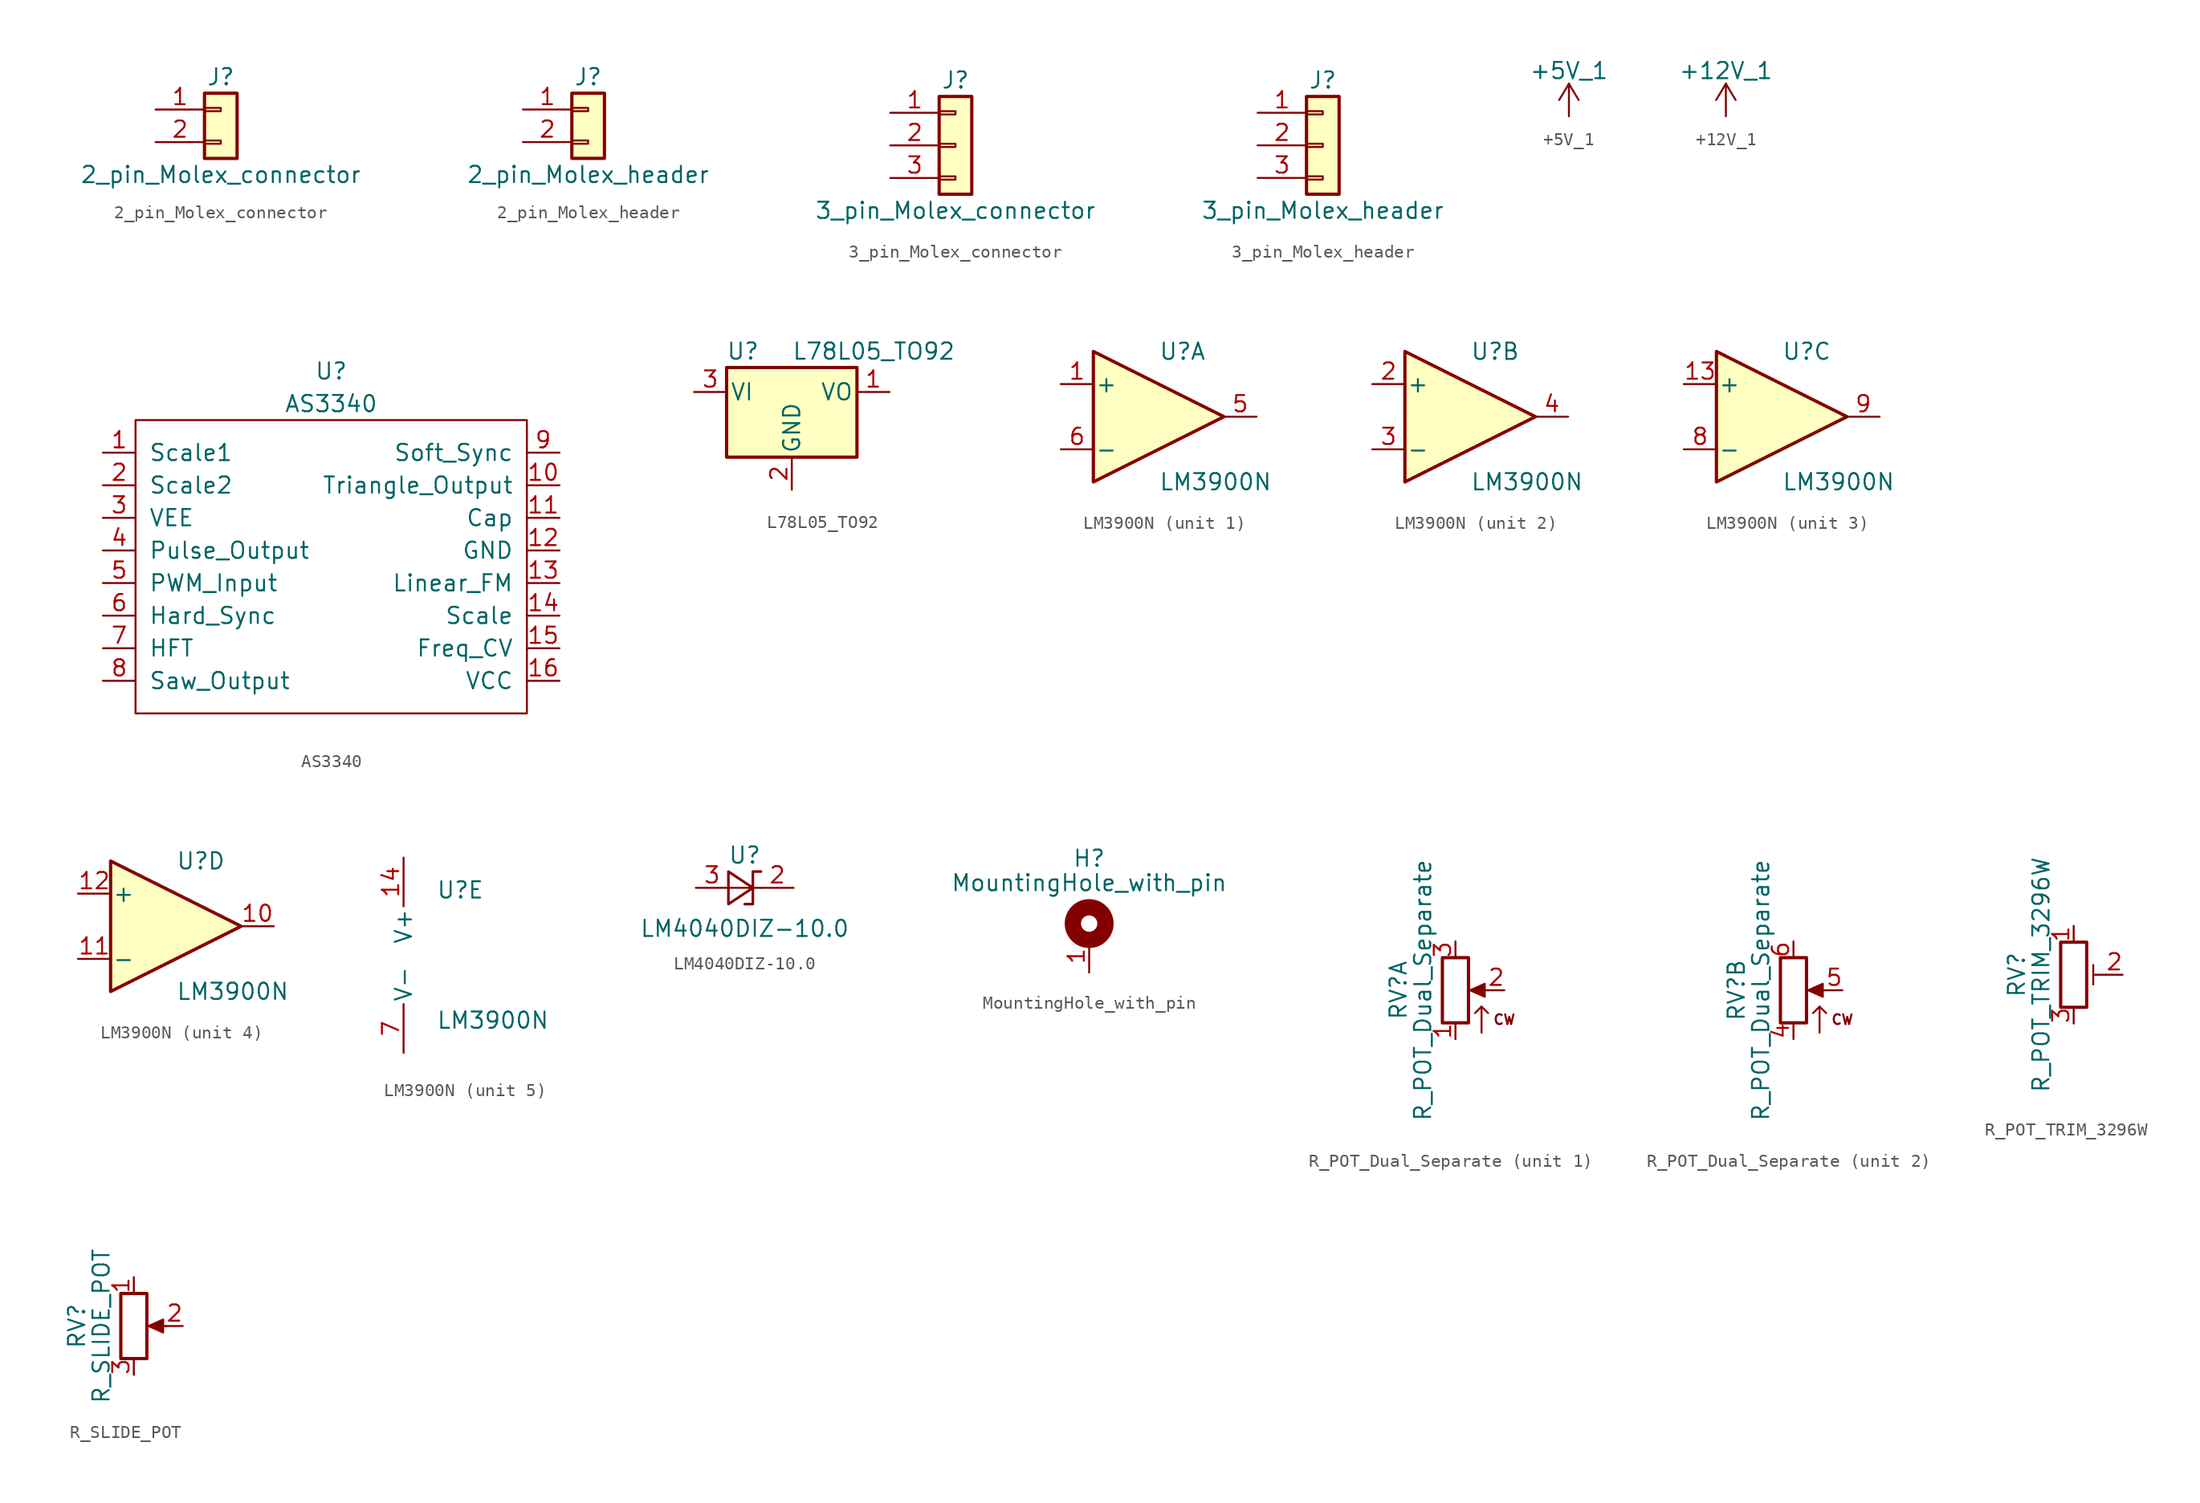
<source format=kicad_sym>
(kicad_symbol_lib
  (version 20211014)
  (generator kicad_symbol_editor)
  (symbol "2_pin_Molex_connector"
    (pin_names
      (offset 1.016) hide)
    (property "Reference" "J"
      (at 0 2.54 0)
      (effects (font (size 1.27 1.27))))
    (property "Value" "2_pin_Molex_connector"
      (at 0 -5.08 0)
      (effects (font (size 1.27 1.27))))
    (symbol "2_pin_Molex_connector_1_1"
      (rectangle (start -1.27 -2.413) (end 0 -2.667) (stroke (width 0.152) (type default) (color 0 0 0 0)) (fill (type none)))
      (rectangle (start -1.27 0.127) (end 0 -0.127) (stroke (width 0.152) (type default) (color 0 0 0 0)) (fill (type none)))
      (rectangle (start -1.27 1.27) (end 1.27 -3.81) (stroke (width 0.254) (type default) (color 0 0 0 0)) (fill (type background)))
      (pin passive line (at -5.08 0 0) (length 3.81) (name "Pin_1" (effects (font (size 1.27 1.27)))) (number "1" (effects (font (size 1.27 1.27)))))
      (pin passive line (at -5.08 -2.54 0) (length 3.81) (name "Pin_2" (effects (font (size 1.27 1.27)))) (number "2" (effects (font (size 1.27 1.27)))))))
  (symbol "2_pin_Molex_header"
    (pin_names
      (offset 1.016) hide)
    (property "Reference" "J"
      (at 0 2.54 0)
      (effects (font (size 1.27 1.27))))
    (property "Value" "2_pin_Molex_header"
      (at 0 -5.08 0)
      (effects (font (size 1.27 1.27))))
    (symbol "2_pin_Molex_header_1_1"
      (rectangle (start -1.27 -2.413) (end 0 -2.667) (stroke (width 0.152) (type default) (color 0 0 0 0)) (fill (type none)))
      (rectangle (start -1.27 0.127) (end 0 -0.127) (stroke (width 0.152) (type default) (color 0 0 0 0)) (fill (type none)))
      (rectangle (start -1.27 1.27) (end 1.27 -3.81) (stroke (width 0.254) (type default) (color 0 0 0 0)) (fill (type background)))
      (pin passive line (at -5.08 0 0) (length 3.81) (name "Pin_1" (effects (font (size 1.27 1.27)))) (number "1" (effects (font (size 1.27 1.27)))))
      (pin passive line (at -5.08 -2.54 0) (length 3.81) (name "Pin_2" (effects (font (size 1.27 1.27)))) (number "2" (effects (font (size 1.27 1.27)))))))
  (symbol "3_pin_Molex_connector"
    (pin_names
      (offset 1.016) hide)
    (property "Reference" "J"
      (at 0 5.08 0)
      (effects (font (size 1.27 1.27))))
    (property "Value" "3_pin_Molex_connector"
      (at 0 -5.08 0)
      (effects (font (size 1.27 1.27))))
    (symbol "3_pin_Molex_connector_1_1"
      (rectangle (start -1.27 -2.413) (end 0 -2.667) (stroke (width 0.152) (type default) (color 0 0 0 0)) (fill (type none)))
      (rectangle (start -1.27 0.127) (end 0 -0.127) (stroke (width 0.152) (type default) (color 0 0 0 0)) (fill (type none)))
      (rectangle (start -1.27 2.667) (end 0 2.413) (stroke (width 0.152) (type default) (color 0 0 0 0)) (fill (type none)))
      (rectangle (start -1.27 3.81) (end 1.27 -3.81) (stroke (width 0.254) (type default) (color 0 0 0 0)) (fill (type background)))
      (pin passive line (at -5.08 2.54 0) (length 3.81) (name "Pin_1" (effects (font (size 1.27 1.27)))) (number "1" (effects (font (size 1.27 1.27)))))
      (pin passive line (at -5.08 0 0) (length 3.81) (name "Pin_2" (effects (font (size 1.27 1.27)))) (number "2" (effects (font (size 1.27 1.27)))))
      (pin passive line (at -5.08 -2.54 0) (length 3.81) (name "Pin_3" (effects (font (size 1.27 1.27)))) (number "3" (effects (font (size 1.27 1.27)))))))
  (symbol "3_pin_Molex_header"
    (pin_names
      (offset 1.016) hide)
    (property "Reference" "J"
      (at 0 5.08 0)
      (effects (font (size 1.27 1.27))))
    (property "Value" "3_pin_Molex_header"
      (at 0 -5.08 0)
      (effects (font (size 1.27 1.27))))
    (symbol "3_pin_Molex_header_1_1"
      (rectangle (start -1.27 -2.413) (end 0 -2.667) (stroke (width 0.152) (type default) (color 0 0 0 0)) (fill (type none)))
      (rectangle (start -1.27 0.127) (end 0 -0.127) (stroke (width 0.152) (type default) (color 0 0 0 0)) (fill (type none)))
      (rectangle (start -1.27 2.667) (end 0 2.413) (stroke (width 0.152) (type default) (color 0 0 0 0)) (fill (type none)))
      (rectangle (start -1.27 3.81) (end 1.27 -3.81) (stroke (width 0.254) (type default) (color 0 0 0 0)) (fill (type background)))
      (pin passive line (at -5.08 2.54 0) (length 3.81) (name "Pin_1" (effects (font (size 1.27 1.27)))) (number "1" (effects (font (size 1.27 1.27)))))
      (pin passive line (at -5.08 0 0) (length 3.81) (name "Pin_2" (effects (font (size 1.27 1.27)))) (number "2" (effects (font (size 1.27 1.27)))))
      (pin passive line (at -5.08 -2.54 0) (length 3.81) (name "Pin_3" (effects (font (size 1.27 1.27)))) (number "3" (effects (font (size 1.27 1.27)))))))
  (symbol "+5V_1"
    (power)
    (pin_names
      (offset 0))
    (property "Reference" "#PWR"
      (at 0 -3.81 0)
      (effects (font (size 1.27 1.27)) hide))
    (property "Value" "+5V_1"
      (at 0 3.556 0)
      (effects (font (size 1.27 1.27))))
    (symbol "+5V_1_0_1"
      (polyline (pts (xy -0.762 1.27) (xy 0 2.54)) (stroke (width 0) (type default) (color 0 0 0 0)) (fill (type none)))
      (polyline (pts (xy 0 0) (xy 0 2.54)) (stroke (width 0) (type default) (color 0 0 0 0)) (fill (type none)))
      (polyline (pts (xy 0 2.54) (xy 0.762 1.27)) (stroke (width 0) (type default) (color 0 0 0 0)) (fill (type none))))
    (symbol "+5V_1_1_1"
      (pin power_in line (at 0 0 90) (length 0) hide (name "+5V_1" (effects (font (size 1.27 1.27)))) (number "1" (effects (font (size 1.27 1.27)))))))
  (symbol "+12V_1"
    (power)
    (pin_names
      (offset 0))
    (property "Reference" "#PWR"
      (at 0 -3.81 0)
      (effects (font (size 1.27 1.27)) hide))
    (property "Value" "+12V_1"
      (at 0 3.556 0)
      (effects (font (size 1.27 1.27))))
    (symbol "+12V_1_0_1"
      (polyline (pts (xy -0.762 1.27) (xy 0 2.54)) (stroke (width 0) (type default) (color 0 0 0 0)) (fill (type none)))
      (polyline (pts (xy 0 0) (xy 0 2.54)) (stroke (width 0) (type default) (color 0 0 0 0)) (fill (type none)))
      (polyline (pts (xy 0 2.54) (xy 0.762 1.27)) (stroke (width 0) (type default) (color 0 0 0 0)) (fill (type none))))
    (symbol "+12V_1_1_1"
      (pin power_in line (at 0 0 90) (length 0) hide (name "+12V_1" (effects (font (size 1.27 1.27)))) (number "1" (effects (font (size 1.27 1.27)))))))
  (symbol "AS3340"
    (pin_names
      (offset 1.016))
    (property "Reference" "U"
      (at 0 15.24 0)
      (effects (font (size 1.27 1.27))))
    (property "Value" "AS3340"
      (at 0 12.7 0)
      (effects (font (size 1.27 1.27))))
    (symbol "AS3340_0_1"
      (rectangle (start -15.24 11.43) (end 15.24 -11.43) (stroke (width 0) (type default) (color 0 0 0 0)) (fill (type none))))
    (symbol "AS3340_1_1"
      (pin passive line (at -17.78 8.89 0) (length 2.54) (name "Scale1" (effects (font (size 1.27 1.27)))) (number "1" (effects (font (size 1.27 1.27)))))
      (pin output line (at 17.78 6.35 180) (length 2.54) (name "Triangle_Output" (effects (font (size 1.27 1.27)))) (number "10" (effects (font (size 1.27 1.27)))))
      (pin passive line (at 17.78 3.81 180) (length 2.54) (name "Cap" (effects (font (size 1.27 1.27)))) (number "11" (effects (font (size 1.27 1.27)))))
      (pin power_in line (at 17.78 1.27 180) (length 2.54) (name "GND" (effects (font (size 1.27 1.27)))) (number "12" (effects (font (size 1.27 1.27)))))
      (pin input line (at 17.78 -1.27 180) (length 2.54) (name "Linear_FM" (effects (font (size 1.27 1.27)))) (number "13" (effects (font (size 1.27 1.27)))))
      (pin passive line (at 17.78 -3.81 180) (length 2.54) (name "Scale" (effects (font (size 1.27 1.27)))) (number "14" (effects (font (size 1.27 1.27)))))
      (pin input line (at 17.78 -6.35 180) (length 2.54) (name "Freq_CV" (effects (font (size 1.27 1.27)))) (number "15" (effects (font (size 1.27 1.27)))))
      (pin power_in line (at 17.78 -8.89 180) (length 2.54) (name "VCC" (effects (font (size 1.27 1.27)))) (number "16" (effects (font (size 1.27 1.27)))))
      (pin passive line (at -17.78 6.35 0) (length 2.54) (name "Scale2" (effects (font (size 1.27 1.27)))) (number "2" (effects (font (size 1.27 1.27)))))
      (pin power_in line (at -17.78 3.81 0) (length 2.54) (name "VEE" (effects (font (size 1.27 1.27)))) (number "3" (effects (font (size 1.27 1.27)))))
      (pin output line (at -17.78 1.27 0) (length 2.54) (name "Pulse_Output" (effects (font (size 1.27 1.27)))) (number "4" (effects (font (size 1.27 1.27)))))
      (pin input line (at -17.78 -1.27 0) (length 2.54) (name "PWM_Input" (effects (font (size 1.27 1.27)))) (number "5" (effects (font (size 1.27 1.27)))))
      (pin input line (at -17.78 -3.81 0) (length 2.54) (name "Hard_Sync" (effects (font (size 1.27 1.27)))) (number "6" (effects (font (size 1.27 1.27)))))
      (pin input line (at -17.78 -6.35 0) (length 2.54) (name "HFT" (effects (font (size 1.27 1.27)))) (number "7" (effects (font (size 1.27 1.27)))))
      (pin output line (at -17.78 -8.89 0) (length 2.54) (name "Saw_Output" (effects (font (size 1.27 1.27)))) (number "8" (effects (font (size 1.27 1.27)))))
      (pin input line (at 17.78 8.89 180) (length 2.54) (name "Soft_Sync" (effects (font (size 1.27 1.27)))) (number "9" (effects (font (size 1.27 1.27)))))))
  (symbol "L78L05_TO92"
    (pin_names
      (offset 0.254))
    (property "Reference" "U"
      (at -3.81 3.175 0)
      (effects (font (size 1.27 1.27))))
    (property "Value" "L78L05_TO92"
      (at 0 3.175 0)
      (effects (font (size 1.27 1.27)) (justify left)))
    (symbol "L78L05_TO92_0_1"
      (rectangle (start -5.08 -5.08) (end 5.08 1.905) (stroke (width 0.254) (type default) (color 0 0 0 0)) (fill (type background))))
    (symbol "L78L05_TO92_1_1"
      (pin power_out line (at 7.62 0 180) (length 2.54) (name "VO" (effects (font (size 1.27 1.27)))) (number "1" (effects (font (size 1.27 1.27)))))
      (pin power_in line (at 0 -7.62 90) (length 2.54) (name "GND" (effects (font (size 1.27 1.27)))) (number "2" (effects (font (size 1.27 1.27)))))
      (pin power_in line (at -7.62 0 0) (length 2.54) (name "VI" (effects (font (size 1.27 1.27)))) (number "3" (effects (font (size 1.27 1.27)))))))
  (symbol "LM3900N"
    (pin_names
      (offset 0.127))
    (property "Reference" "U"
      (at 0 5.08 0)
      (effects (font (size 1.27 1.27)) (justify left)))
    (property "Value" "LM3900N"
      (at 0 -5.08 0)
      (effects (font (size 1.27 1.27)) (justify left)))
    (property "ki_locked" ""
      (at 0 0 0)
      (effects (font (size 1.27 1.27))))
    (symbol "LM3900N_1_1"
      (polyline (pts (xy -5.08 5.08) (xy 5.08 0) (xy -5.08 -5.08) (xy -5.08 5.08)) (stroke (width 0.254) (type default) (color 0 0 0 0)) (fill (type background)))
      (pin input line (at -7.62 2.54 0) (length 2.54) (name "+" (effects (font (size 1.27 1.27)))) (number "1" (effects (font (size 1.27 1.27)))))
      (pin output line (at 7.62 0 180) (length 2.54) (name "~" (effects (font (size 1.27 1.27)))) (number "5" (effects (font (size 1.27 1.27)))))
      (pin input line (at -7.62 -2.54 0) (length 2.54) (name "-" (effects (font (size 1.27 1.27)))) (number "6" (effects (font (size 1.27 1.27))))))
    (symbol "LM3900N_2_1"
      (polyline (pts (xy -5.08 5.08) (xy 5.08 0) (xy -5.08 -5.08) (xy -5.08 5.08)) (stroke (width 0.254) (type default) (color 0 0 0 0)) (fill (type background)))
      (pin input line (at -7.62 2.54 0) (length 2.54) (name "+" (effects (font (size 1.27 1.27)))) (number "2" (effects (font (size 1.27 1.27)))))
      (pin input line (at -7.62 -2.54 0) (length 2.54) (name "-" (effects (font (size 1.27 1.27)))) (number "3" (effects (font (size 1.27 1.27)))))
      (pin output line (at 7.62 0 180) (length 2.54) (name "~" (effects (font (size 1.27 1.27)))) (number "4" (effects (font (size 1.27 1.27))))))
    (symbol "LM3900N_3_1"
      (polyline (pts (xy -5.08 5.08) (xy 5.08 0) (xy -5.08 -5.08) (xy -5.08 5.08)) (stroke (width 0.254) (type default) (color 0 0 0 0)) (fill (type background)))
      (pin input line (at -7.62 2.54 0) (length 2.54) (name "+" (effects (font (size 1.27 1.27)))) (number "13" (effects (font (size 1.27 1.27)))))
      (pin input line (at -7.62 -2.54 0) (length 2.54) (name "-" (effects (font (size 1.27 1.27)))) (number "8" (effects (font (size 1.27 1.27)))))
      (pin output line (at 7.62 0 180) (length 2.54) (name "~" (effects (font (size 1.27 1.27)))) (number "9" (effects (font (size 1.27 1.27))))))
    (symbol "LM3900N_4_1"
      (polyline (pts (xy -5.08 5.08) (xy 5.08 0) (xy -5.08 -5.08) (xy -5.08 5.08)) (stroke (width 0.254) (type default) (color 0 0 0 0)) (fill (type background)))
      (pin output line (at 7.62 0 180) (length 2.54) (name "~" (effects (font (size 1.27 1.27)))) (number "10" (effects (font (size 1.27 1.27)))))
      (pin input line (at -7.62 -2.54 0) (length 2.54) (name "-" (effects (font (size 1.27 1.27)))) (number "11" (effects (font (size 1.27 1.27)))))
      (pin input line (at -7.62 2.54 0) (length 2.54) (name "+" (effects (font (size 1.27 1.27)))) (number "12" (effects (font (size 1.27 1.27))))))
    (symbol "LM3900N_5_1"
      (pin power_in line (at -2.54 7.62 270) (length 3.81) (name "V+" (effects (font (size 1.27 1.27)))) (number "14" (effects (font (size 1.27 1.27)))))
      (pin power_in line (at -2.54 -7.62 90) (length 3.81) (name "V-" (effects (font (size 1.27 1.27)))) (number "7" (effects (font (size 1.27 1.27)))))))
  (symbol "LM4040DIZ-10.0"
    (pin_names
      (offset 0.025) hide)
    (property "Reference" "U"
      (at 0 2.54 0)
      (effects (font (size 1.27 1.27))))
    (property "Value" "LM4040DIZ-10.0"
      (at 0 -3.175 0)
      (effects (font (size 1.27 1.27))))
    (symbol "LM4040DIZ-10.0_0_1"
      (polyline (pts (xy -1.27 0) (xy 0 0) (xy 1.27 0)) (stroke (width 0) (type default) (color 0 0 0 0)) (fill (type none)))
      (polyline (pts (xy -1.27 -1.27) (xy 0.635 0) (xy -1.27 1.27) (xy -1.27 -1.27)) (stroke (width 0.203) (type default) (color 0 0 0 0)) (fill (type none)))
      (polyline (pts (xy 0 -1.27) (xy 0.635 -1.27) (xy 0.635 1.27) (xy 1.27 1.27)) (stroke (width 0.203) (type default) (color 0 0 0 0)) (fill (type none))))
    (symbol "LM4040DIZ-10.0_1_1"
      (pin passive line (at 3.81 0 180) (length 2.54) (name "K" (effects (font (size 1.27 1.27)))) (number "2" (effects (font (size 1.27 1.27)))))
      (pin passive line (at -3.81 0 0) (length 2.54) (name "A" (effects (font (size 1.27 1.27)))) (number "3" (effects (font (size 1.27 1.27)))))))
  (symbol "MountingHole_with_pin"
    (pin_names
      (offset 1.016))
    (property "Reference" "H"
      (at 0 5.08 0)
      (effects (font (size 1.27 1.27))))
    (property "Value" "MountingHole_with_pin"
      (at 0 3.175 0)
      (effects (font (size 1.27 1.27))))
    (symbol "MountingHole_with_pin_0_1"
      (circle (center 0 0) (radius 1.27) (stroke (width 1.27) (type default) (color 0 0 0 0)) (fill (type none))))
    (symbol "MountingHole_with_pin_1_1"
      (pin input line (at 0 -3.81 90) (length 2.54) (name "" (effects (font (size 1.27 1.27)))) (number "1" (effects (font (size 1.27 1.27)))))))
  (symbol "R_POT_Dual_Separate"
    (pin_names
      (offset 1.016) hide)
    (property "Reference" "RV"
      (at -4.445 0 90)
      (effects (font (size 1.27 1.27))))
    (property "Value" "R_POT_Dual_Separate"
      (at -2.54 0 90)
      (effects (font (size 1.27 1.27))))
    (symbol "R_POT_Dual_Separate_0_0"
      (text "CW" (at 3.81 -2.286 0) (effects (font (size 0.762 0.762)))))
    (symbol "R_POT_Dual_Separate_0_1"
      (polyline (pts (xy 2.032 -3.302) (xy 2.032 -1.27)) (stroke (width 0.152) (type default) (color 0 0 0 0)) (fill (type none)))
      (polyline (pts (xy 2.54 0) (xy 1.524 0)) (stroke (width 0) (type default) (color 0 0 0 0)) (fill (type none)))
      (polyline (pts (xy 2.54 -1.778) (xy 2.032 -1.27) (xy 1.524 -1.778)) (stroke (width 0.152) (type default) (color 0 0 0 0)) (fill (type none)))
      (polyline (pts (xy 1.143 0) (xy 2.286 0.508) (xy 2.286 -0.508) (xy 1.143 0)) (stroke (width 0) (type default) (color 0 0 0 0)) (fill (type outline)))
      (rectangle (start 1.016 2.54) (end -1.016 -2.54) (stroke (width 0.254) (type default) (color 0 0 0 0)) (fill (type none))))
    (symbol "R_POT_Dual_Separate_1_1"
      (pin passive line (at 0 -3.81 90) (length 1.27) (name "1" (effects (font (size 1.27 1.27)))) (number "1" (effects (font (size 1.27 1.27)))))
      (pin passive line (at 3.81 0 180) (length 1.27) (name "2" (effects (font (size 1.27 1.27)))) (number "2" (effects (font (size 1.27 1.27)))))
      (pin passive line (at 0 3.81 270) (length 1.27) (name "3" (effects (font (size 1.27 1.27)))) (number "3" (effects (font (size 1.27 1.27))))))
    (symbol "R_POT_Dual_Separate_2_1"
      (pin passive line (at 0 -3.81 90) (length 1.27) (name "4" (effects (font (size 1.27 1.27)))) (number "4" (effects (font (size 1.27 1.27)))))
      (pin passive line (at 3.81 0 180) (length 1.27) (name "5" (effects (font (size 1.27 1.27)))) (number "5" (effects (font (size 1.27 1.27)))))
      (pin passive line (at 0 3.81 270) (length 1.27) (name "6" (effects (font (size 1.27 1.27)))) (number "6" (effects (font (size 1.27 1.27)))))))
  (symbol "R_POT_TRIM_3296W"
    (pin_names
      (offset 1.016) hide)
    (property "Reference" "RV"
      (at -4.445 0 90)
      (effects (font (size 1.27 1.27))))
    (property "Value" "R_POT_TRIM_3296W"
      (at -2.54 0 90)
      (effects (font (size 1.27 1.27))))
    (symbol "R_POT_TRIM_3296W_0_1"
      (polyline (pts (xy 1.524 0.762) (xy 1.524 -0.762)) (stroke (width 0) (type default) (color 0 0 0 0)) (fill (type none)))
      (polyline (pts (xy 2.54 0) (xy 1.524 0)) (stroke (width 0) (type default) (color 0 0 0 0)) (fill (type none)))
      (rectangle (start 1.016 2.54) (end -1.016 -2.54) (stroke (width 0.254) (type default) (color 0 0 0 0)) (fill (type none))))
    (symbol "R_POT_TRIM_3296W_1_1"
      (pin passive line (at 0 3.81 270) (length 1.27) (name "1" (effects (font (size 1.27 1.27)))) (number "1" (effects (font (size 1.27 1.27)))))
      (pin passive line (at 3.81 0 180) (length 1.27) (name "2" (effects (font (size 1.27 1.27)))) (number "2" (effects (font (size 1.27 1.27)))))
      (pin passive line (at 0 -3.81 90) (length 1.27) (name "3" (effects (font (size 1.27 1.27)))) (number "3" (effects (font (size 1.27 1.27)))))))
  (symbol "R_SLIDE_POT"
    (pin_names
      (offset 1.016) hide)
    (property "Reference" "RV"
      (at -4.445 0 90)
      (effects (font (size 1.27 1.27))))
    (property "Value" "R_SLIDE_POT"
      (at -2.54 0 90)
      (effects (font (size 1.27 1.27))))
    (symbol "R_SLIDE_POT_0_1"
      (polyline (pts (xy 2.54 0) (xy 1.524 0)) (stroke (width 0) (type default) (color 0 0 0 0)) (fill (type none)))
      (polyline (pts (xy 1.143 0) (xy 2.286 0.508) (xy 2.286 -0.508) (xy 1.143 0)) (stroke (width 0) (type default) (color 0 0 0 0)) (fill (type outline)))
      (rectangle (start 1.016 2.54) (end -1.016 -2.54) (stroke (width 0.254) (type default) (color 0 0 0 0)) (fill (type none))))
    (symbol "R_SLIDE_POT_1_1"
      (pin passive line (at 0 3.81 270) (length 1.27) (name "1" (effects (font (size 1.27 1.27)))) (number "1" (effects (font (size 1.27 1.27)))))
      (pin passive line (at 3.81 0 180) (length 1.27) (name "2" (effects (font (size 1.27 1.27)))) (number "2" (effects (font (size 1.27 1.27)))))
      (pin passive line (at 0 -3.81 90) (length 1.27) (name "3" (effects (font (size 1.27 1.27)))) (number "3" (effects (font (size 1.27 1.27))))))))
</source>
